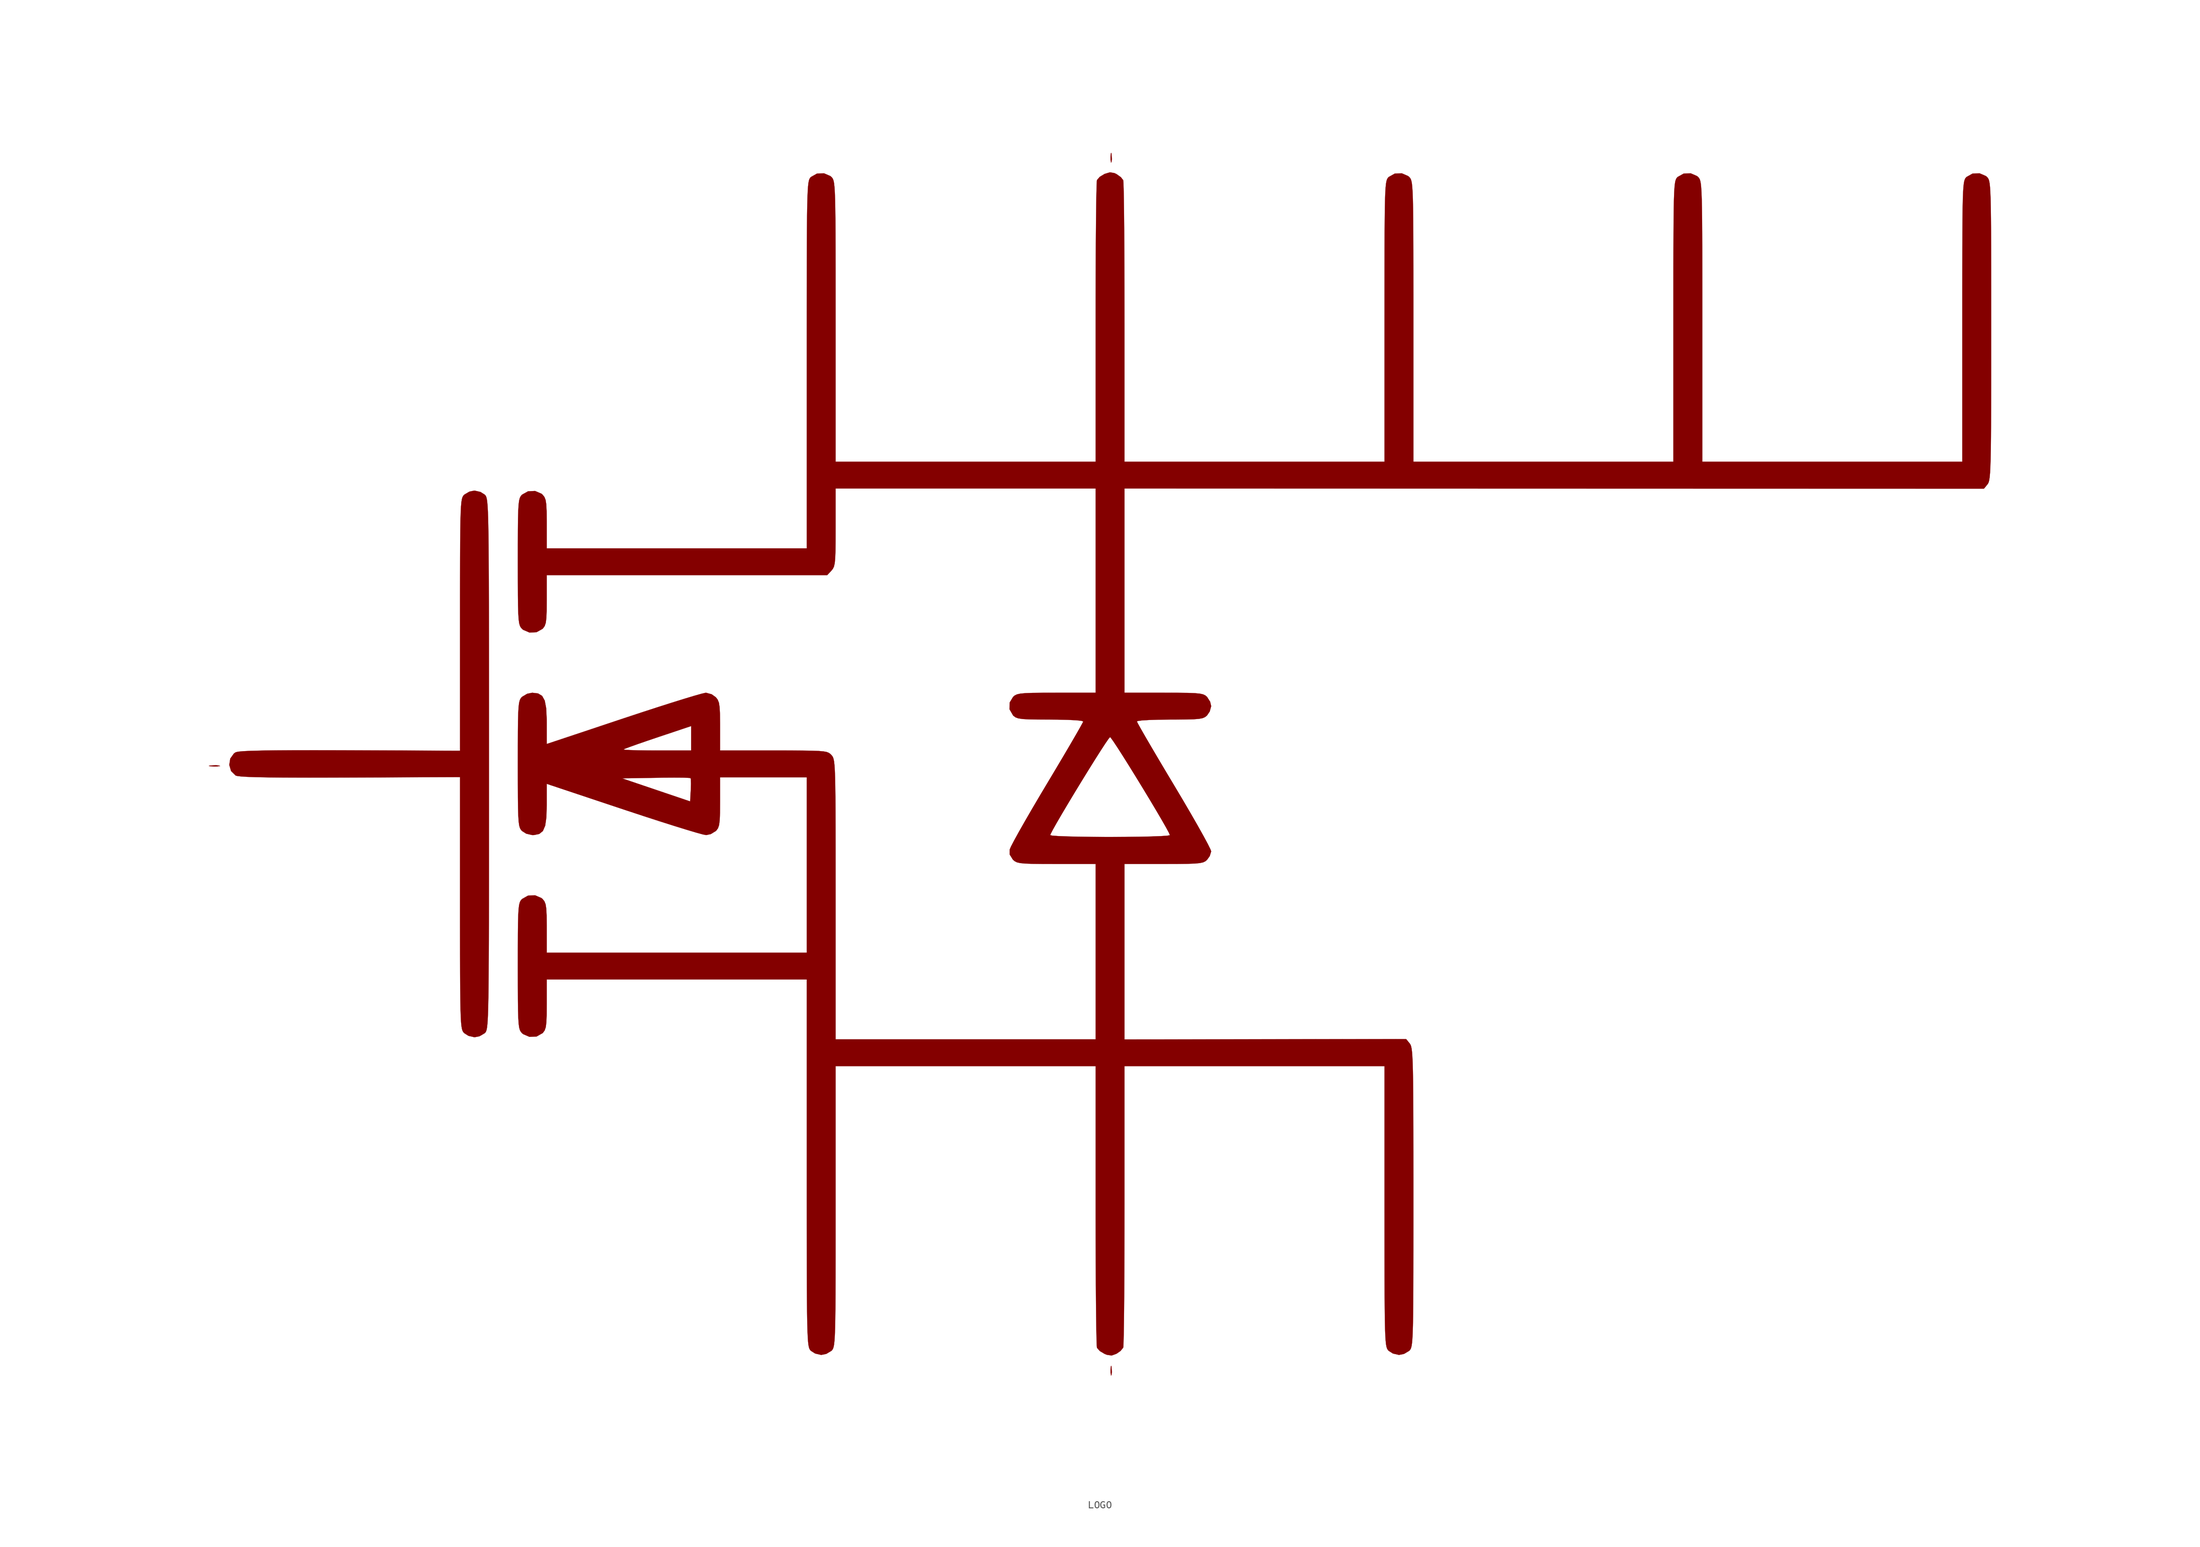
<source format=kicad_sym>
(kicad_symbol_lib
  (version 20220914)
  (generator bitmap2component)
  (symbol "LOGO"
    (pin_names
      (offset 1.016))
    (property "Reference" "#G"
      (at 0 94.21 0)
      (effects (font (size 1.27 1.27)) hide))
    (symbol "LOGO_0_0"
      (polyline (pts (xy 5.32 -80.999) (xy 5.369 -80.623) (xy 5.325 -79.919) (xy 5.29 -79.786) (xy 5.229 -79.865) (xy 5.202 -80.388) (xy 5.206 -80.675) (xy 5.247 -81.063) (xy 5.32 -80.999)) (stroke (width 0.01) (type default)) (fill (type outline)))
      (polyline (pts (xy 5.974 -78.211) (xy 6.506 -77.842) (xy 6.858 -77.404) (xy 6.872 -77.294) (xy 6.9 -76.695) (xy 6.926 -75.625) (xy 6.95 -74.129) (xy 6.971 -72.251) (xy 6.99 -70.039) (xy 7.005 -67.537) (xy 7.016 -64.791) (xy 7.023 -61.847) (xy 7.026 -58.749) (xy 7.026 -40.532) (xy 24.049 -40.532) (xy 41.072 -40.532) (xy 41.072 -58.906) (xy 41.073 -62.49) (xy 41.075 -65.588) (xy 41.079 -68.224) (xy 41.087 -70.436) (xy 41.099 -72.263) (xy 41.118 -73.744) (xy 41.144 -74.918) (xy 41.178 -75.825) (xy 41.221 -76.503) (xy 41.274 -76.99) (xy 41.339 -77.327) (xy 41.416 -77.552) (xy 41.507 -77.704) (xy 41.613 -77.821) (xy 42.17 -78.178) (xy 42.964 -78.362) (xy 43.633 -78.228) (xy 44.315 -77.821) (xy 44.364 -77.771) (xy 44.46 -77.646) (xy 44.543 -77.471) (xy 44.613 -77.208) (xy 44.672 -76.819) (xy 44.721 -76.267) (xy 44.76 -75.514) (xy 44.79 -74.521) (xy 44.814 -73.252) (xy 44.831 -71.669) (xy 44.842 -69.734) (xy 44.849 -67.409) (xy 44.853 -64.657) (xy 44.855 -61.44) (xy 44.855 -57.72) (xy 44.855 -55.103) (xy 44.853 -51.719) (xy 44.849 -48.812) (xy 44.841 -46.344) (xy 44.829 -44.278) (xy 44.812 -42.577) (xy 44.788 -41.203) (xy 44.758 -40.117) (xy 44.72 -39.283) (xy 44.673 -38.664) (xy 44.617 -38.221) (xy 44.55 -37.917) (xy 44.472 -37.714) (xy 44.382 -37.575) (xy 43.908 -36.99) (xy 25.467 -37.012) (xy 7.026 -37.033) (xy 7.026 -25.542) (xy 7.026 -14.051) (xy 12.16 -14.051) (xy 13.911 -14.048) (xy 15.26 -14.032) (xy 16.225 -13.997) (xy 16.886 -13.935) (xy 17.321 -13.839) (xy 17.611 -13.7) (xy 17.834 -13.511) (xy 18.19 -13.013) (xy 18.375 -12.404) (xy 18.28 -12.135) (xy 17.935 -11.436) (xy 17.367 -10.381) (xy 16.609 -9.025) (xy 15.692 -7.427) (xy 14.649 -5.643) (xy 13.511 -3.731) (xy 12.535 -2.1) (xy 11.479 -0.322) (xy 10.544 1.265) (xy 9.761 2.607) (xy 9.163 3.65) (xy 8.781 4.339) (xy 8.647 4.62) (xy 8.75 4.673) (xy 9.3 4.749) (xy 10.246 4.809) (xy 11.499 4.849) (xy 12.97 4.864) (xy 13.488 4.864) (xy 14.986 4.873) (xy 16.057 4.901) (xy 16.79 4.959) (xy 17.271 5.055) (xy 17.59 5.2) (xy 17.834 5.404) (xy 18.186 5.921) (xy 18.375 6.62) (xy 18.243 7.192) (xy 17.834 7.836) (xy 17.618 8.02) (xy 17.332 8.161) (xy 16.902 8.258) (xy 16.249 8.322) (xy 15.294 8.357) (xy 13.957 8.373) (xy 12.16 8.377) (xy 7.026 8.377) (xy 7.026 21.751) (xy 7.026 35.126) (xy 63.297 35.117) (xy 119.569 35.109) (xy 120.042 35.688) (xy 120.105 35.777) (xy 120.187 35.955) (xy 120.257 36.222) (xy 120.316 36.617) (xy 120.366 37.177) (xy 120.407 37.939) (xy 120.439 38.941) (xy 120.465 40.22) (xy 120.484 41.815) (xy 120.497 43.762) (xy 120.506 46.1) (xy 120.512 48.865) (xy 120.514 52.095) (xy 120.515 55.829) (xy 120.515 57.6) (xy 120.514 61.085) (xy 120.511 64.084) (xy 120.506 66.635) (xy 120.497 68.776) (xy 120.483 70.546) (xy 120.463 71.98) (xy 120.437 73.117) (xy 120.402 73.995) (xy 120.359 74.652) (xy 120.306 75.124) (xy 120.242 75.451) (xy 120.166 75.669) (xy 120.077 75.816) (xy 119.975 75.93) (xy 119.829 76.059) (xy 118.99 76.42) (xy 118.063 76.377) (xy 117.272 75.93) (xy 117.167 75.813) (xy 117.076 75.661) (xy 116.999 75.437) (xy 116.934 75.1) (xy 116.88 74.614) (xy 116.837 73.937) (xy 116.803 73.031) (xy 116.778 71.858) (xy 116.759 70.378) (xy 116.746 68.552) (xy 116.738 66.342) (xy 116.734 63.709) (xy 116.732 60.612) (xy 116.732 57.015) (xy 116.732 38.64) (xy 99.709 38.64) (xy 82.685 38.64) (xy 82.685 57.015) (xy 82.685 60.598) (xy 82.683 63.697) (xy 82.679 66.332) (xy 82.671 68.544) (xy 82.658 70.371) (xy 82.639 71.852) (xy 82.614 73.027) (xy 82.58 73.933) (xy 82.537 74.611) (xy 82.484 75.099) (xy 82.419 75.436) (xy 82.341 75.66) (xy 82.251 75.812) (xy 82.145 75.93) (xy 81.999 76.059) (xy 81.16 76.42) (xy 80.234 76.377) (xy 79.443 75.93) (xy 79.337 75.813) (xy 79.246 75.661) (xy 79.169 75.437) (xy 79.104 75.1) (xy 79.05 74.614) (xy 79.007 73.937) (xy 78.974 73.031) (xy 78.948 71.858) (xy 78.929 70.378) (xy 78.917 68.552) (xy 78.909 66.342) (xy 78.904 63.709) (xy 78.903 60.612) (xy 78.902 57.015) (xy 78.902 38.64) (xy 61.879 38.64) (xy 44.855 38.64) (xy 44.855 57.015) (xy 44.855 60.598) (xy 44.853 63.697) (xy 44.849 66.332) (xy 44.841 68.544) (xy 44.828 70.371) (xy 44.809 71.852) (xy 44.784 73.027) (xy 44.75 73.933) (xy 44.707 74.611) (xy 44.654 75.099) (xy 44.589 75.436) (xy 44.512 75.66) (xy 44.421 75.812) (xy 44.315 75.93) (xy 44.169 76.059) (xy 43.331 76.42) (xy 42.404 76.377) (xy 41.613 75.93) (xy 41.507 75.813) (xy 41.416 75.661) (xy 41.339 75.437) (xy 41.274 75.1) (xy 41.221 74.614) (xy 41.178 73.937) (xy 41.144 73.031) (xy 41.118 71.858) (xy 41.1 70.378) (xy 41.087 68.552) (xy 41.079 66.342) (xy 41.075 63.709) (xy 41.073 60.612) (xy 41.072 57.015) (xy 41.072 38.64) (xy 24.049 38.64) (xy 7.026 38.64) (xy 7.026 56.858) (xy 7.025 58.468) (xy 7.02 61.493) (xy 7.011 64.341) (xy 6.998 66.967) (xy 6.981 69.325) (xy 6.961 71.371) (xy 6.938 73.058) (xy 6.913 74.34) (xy 6.886 75.174) (xy 6.858 75.512) (xy 6.551 75.91) (xy 5.974 76.32) (xy 5.708 76.445) (xy 5.124 76.549) (xy 4.426 76.34) (xy 4.4 76.329) (xy 3.776 75.95) (xy 3.418 75.532) (xy 3.403 75.421) (xy 3.374 74.82) (xy 3.346 73.746) (xy 3.321 72.247) (xy 3.299 70.368) (xy 3.28 68.153) (xy 3.264 65.649) (xy 3.252 62.902) (xy 3.245 59.956) (xy 3.243 56.858) (xy 3.243 38.64) (xy -13.781 38.64) (xy -30.804 38.64) (xy -30.804 57.015) (xy -30.805 60.598) (xy -30.806 63.697) (xy -30.811 66.332) (xy -30.819 68.544) (xy -30.831 70.371) (xy -30.85 71.852) (xy -30.876 73.027) (xy -30.91 73.933) (xy -30.953 74.611) (xy -31.006 75.099) (xy -31.07 75.436) (xy -31.148 75.66) (xy -31.239 75.812) (xy -31.345 75.93) (xy -31.491 76.059) (xy -32.329 76.42) (xy -33.256 76.377) (xy -34.047 75.93) (xy -34.056 75.921) (xy -34.148 75.817) (xy -34.229 75.679) (xy -34.299 75.475) (xy -34.36 75.17) (xy -34.411 74.73) (xy -34.454 74.122) (xy -34.489 73.312) (xy -34.518 72.266) (xy -34.54 70.95) (xy -34.557 69.33) (xy -34.569 67.373) (xy -34.578 65.044) (xy -34.583 62.31) (xy -34.586 59.138) (xy -34.587 55.492) (xy -34.587 51.34) (xy -34.587 27.291) (xy -51.611 27.291) (xy -68.634 27.291) (xy -68.634 30.534) (xy -68.634 30.899) (xy -68.649 32.191) (xy -68.695 33.073) (xy -68.788 33.651) (xy -68.942 34.03) (xy -69.174 34.317) (xy -69.32 34.446) (xy -70.159 34.807) (xy -71.085 34.764) (xy -71.877 34.317) (xy -71.897 34.296) (xy -72.046 34.118) (xy -72.163 33.882) (xy -72.253 33.527) (xy -72.318 32.993) (xy -72.364 32.221) (xy -72.393 31.149) (xy -72.409 29.718) (xy -72.416 27.866) (xy -72.417 25.535) (xy -72.417 25.219) (xy -72.415 22.95) (xy -72.407 21.154) (xy -72.39 19.771) (xy -72.359 18.739) (xy -72.311 17.999) (xy -72.243 17.491) (xy -72.15 17.154) (xy -72.029 16.928) (xy -71.877 16.753) (xy -71.731 16.624) (xy -70.892 16.263) (xy -69.966 16.306) (xy -69.174 16.753) (xy -69.114 16.816) (xy -68.901 17.115) (xy -68.761 17.53) (xy -68.681 18.168) (xy -68.643 19.135) (xy -68.634 20.536) (xy -68.634 23.779) (xy -50.27 23.779) (xy -31.906 23.779) (xy -31.355 24.37) (xy -31.169 24.6) (xy -31.025 24.896) (xy -30.924 25.329) (xy -30.86 25.98) (xy -30.824 26.929) (xy -30.808 28.257) (xy -30.804 30.044) (xy -30.804 35.128) (xy -13.781 35.128) (xy 3.243 35.128) (xy 3.243 21.752) (xy 3.243 8.377) (xy -1.891 8.377) (xy -3.642 8.373) (xy -4.992 8.358) (xy -5.957 8.323) (xy -6.618 8.261) (xy -7.053 8.164) (xy -7.343 8.025) (xy -7.566 7.836) (xy -8.017 7.087) (xy -8.031 6.206) (xy -7.566 5.404) (xy -7.499 5.34) (xy -7.242 5.153) (xy -6.886 5.023) (xy -6.342 4.939) (xy -5.522 4.891) (xy -4.338 4.869) (xy -2.702 4.864) (xy -1.766 4.858) (xy -0.415 4.827) (xy 0.657 4.774) (xy 1.366 4.703) (xy 1.621 4.619) (xy 1.541 4.44) (xy 1.213 3.84) (xy 0.663 2.875) (xy -0.078 1.6) (xy -0.977 0.071) (xy -2.003 -1.658) (xy -3.123 -3.531) (xy -3.954 -4.923) (xy -5.024 -6.74) (xy -5.982 -8.393) (xy -6.794 -9.822) (xy -7.044 -10.277) (xy -2.702 -10.277) (xy -2.647 -10.122) (xy -2.354 -9.555) (xy -1.849 -8.658) (xy -1.177 -7.503) (xy -0.381 -6.162) (xy 0.494 -4.707) (xy 1.405 -3.212) (xy 2.306 -1.748) (xy 3.155 -0.387) (xy 3.906 0.796) (xy 4.516 1.732) (xy 4.94 2.346) (xy 5.134 2.567) (xy 5.229 2.476) (xy 5.574 1.996) (xy 6.122 1.169) (xy 6.827 0.067) (xy 7.645 -1.237) (xy 8.532 -2.672) (xy 9.445 -4.165) (xy 10.338 -5.642) (xy 11.168 -7.033) (xy 11.89 -8.264) (xy 12.461 -9.264) (xy 12.835 -9.959) (xy 12.97 -10.277) (xy 12.958 -10.291) (xy 12.591 -10.352) (xy 11.763 -10.405) (xy 10.538 -10.451) (xy 8.981 -10.486) (xy 7.159 -10.508) (xy 5.134 -10.516) (xy 4.686 -10.516) (xy 2.699 -10.505) (xy 0.928 -10.479) (xy -0.563 -10.442) (xy -1.708 -10.395) (xy -2.443 -10.339) (xy -2.702 -10.277) (xy -7.044 -10.277) (xy -7.426 -10.969) (xy -7.844 -11.773) (xy -8.015 -12.175) (xy -8.018 -12.801) (xy -7.594 -13.482) (xy -7.569 -13.507) (xy -7.341 -13.699) (xy -7.051 -13.84) (xy -6.621 -13.937) (xy -5.97 -13.999) (xy -5.018 -14.033) (xy -3.685 -14.048) (xy -1.891 -14.051) (xy 3.243 -14.051) (xy 3.243 -25.535) (xy 3.243 -37.019) (xy -13.781 -37.019) (xy -30.804 -37.019) (xy -30.804 -18.696) (xy -30.804 -18.471) (xy -30.805 -14.91) (xy -30.806 -11.848) (xy -30.811 -9.245) (xy -30.819 -7.064) (xy -30.832 -5.264) (xy -30.851 -3.806) (xy -30.877 -2.652) (xy -30.911 -1.762) (xy -30.955 -1.097) (xy -31.009 -0.619) (xy -31.076 -0.287) (xy -31.154 -0.062) (xy -31.247 0.093) (xy -31.355 0.219) (xy -31.47 0.337) (xy -31.668 0.491) (xy -31.943 0.607) (xy -32.362 0.69) (xy -32.99 0.748) (xy -33.894 0.783) (xy -35.139 0.802) (xy -36.793 0.809) (xy -38.921 0.811) (xy -45.936 0.811) (xy -45.936 4.002) (xy -45.936 4.295) (xy -45.95 5.598) (xy -45.996 6.49) (xy -46.09 7.079) (xy -46.249 7.475) (xy -46.487 7.785) (xy -47.036 8.177) (xy -47.775 8.377) (xy -47.826 8.372) (xy -48.347 8.252) (xy -49.307 7.981) (xy -50.644 7.578) (xy -52.3 7.062) (xy -54.213 6.451) (xy -56.324 5.764) (xy -58.573 5.02) (xy -68.634 1.664) (xy -68.634 4.48) (xy -68.636 4.911) (xy -68.705 6.351) (xy -68.893 7.345) (xy -69.236 7.966) (xy -69.768 8.286) (xy -70.525 8.377) (xy -71.195 8.243) (xy -71.877 7.836) (xy -71.897 7.815) (xy -72.046 7.637) (xy -72.163 7.401) (xy -72.253 7.046) (xy -72.318 6.512) (xy -72.364 5.74) (xy -72.393 4.668) (xy -72.409 3.237) (xy -72.416 1.386) (xy -72.416 0.952) (xy -58.584 0.952) (xy -58.4 1.038) (xy -57.772 1.277) (xy -56.785 1.629) (xy -55.525 2.065) (xy -54.081 2.554) (xy -49.719 4.014) (xy -49.719 2.412) (xy -49.719 0.811) (xy -54.223 0.811) (xy -55.364 0.815) (xy -56.682 0.834) (xy -57.715 0.865) (xy -58.377 0.906) (xy -58.584 0.952) (xy -72.416 0.952) (xy -72.417 -0.946) (xy -72.417 -1.262) (xy -72.416 -2.837) (xy -58.771 -2.837) (xy -54.342 -2.763) (xy -53.296 -2.748) (xy -51.935 -2.74) (xy -50.837 -2.747) (xy -50.096 -2.767) (xy -49.802 -2.8) (xy -49.764 -2.967) (xy -49.746 -3.55) (xy -49.772 -4.384) (xy -49.854 -5.857) (xy -54.313 -4.347) (xy -58.771 -2.837) (xy -72.416 -2.837) (xy -72.415 -3.53) (xy -72.407 -5.327) (xy -72.39 -6.71) (xy -72.359 -7.742) (xy -72.311 -8.482) (xy -72.243 -8.99) (xy -72.15 -9.327) (xy -72.029 -9.553) (xy -71.877 -9.728) (xy -71.319 -10.085) (xy -70.525 -10.268) (xy -70.316 -10.263) (xy -69.617 -10.123) (xy -69.135 -9.735) (xy -68.833 -9.029) (xy -68.678 -7.932) (xy -68.634 -6.371) (xy -68.634 -3.555) (xy -58.573 -6.912) (xy -58.057 -7.083) (xy -55.834 -7.816) (xy -53.761 -8.488) (xy -51.899 -9.079) (xy -50.308 -9.571) (xy -49.049 -9.946) (xy -48.181 -10.184) (xy -47.764 -10.268) (xy -47.151 -10.139) (xy -46.477 -9.728) (xy -46.416 -9.665) (xy -46.203 -9.366) (xy -46.063 -8.951) (xy -45.983 -8.313) (xy -45.945 -7.346) (xy -45.936 -5.945) (xy -45.936 -2.702) (xy -40.262 -2.702) (xy -34.587 -2.702) (xy -34.587 -14.186) (xy -34.587 -25.67) (xy -51.611 -25.67) (xy -68.634 -25.67) (xy -68.634 -22.428) (xy -68.634 -22.063) (xy -68.649 -20.771) (xy -68.695 -19.889) (xy -68.788 -19.311) (xy -68.942 -18.931) (xy -69.174 -18.645) (xy -69.32 -18.516) (xy -70.159 -18.155) (xy -71.085 -18.198) (xy -71.877 -18.645) (xy -71.897 -18.666) (xy -72.046 -18.844) (xy -72.163 -19.08) (xy -72.253 -19.435) (xy -72.318 -19.968) (xy -72.364 -20.741) (xy -72.393 -21.813) (xy -72.409 -23.244) (xy -72.416 -25.095) (xy -72.417 -27.427) (xy -72.417 -27.743) (xy -72.415 -30.011) (xy -72.407 -31.807) (xy -72.39 -33.191) (xy -72.359 -34.223) (xy -72.311 -34.962) (xy -72.243 -35.471) (xy -72.15 -35.807) (xy -72.029 -36.033) (xy -71.877 -36.209) (xy -71.731 -36.337) (xy -70.892 -36.698) (xy -69.966 -36.655) (xy -69.174 -36.209) (xy -69.114 -36.146) (xy -68.901 -35.847) (xy -68.761 -35.432) (xy -68.681 -34.794) (xy -68.643 -33.827) (xy -68.634 -32.426) (xy -68.634 -29.183) (xy -51.611 -29.183) (xy -34.587 -29.183) (xy -34.587 -53.232) (xy -34.587 -53.63) (xy -34.587 -57.735) (xy -34.586 -61.336) (xy -34.583 -64.468) (xy -34.577 -67.163) (xy -34.569 -69.457) (xy -34.556 -71.382) (xy -34.538 -72.972) (xy -34.516 -74.263) (xy -34.486 -75.286) (xy -34.45 -76.077) (xy -34.407 -76.668) (xy -34.355 -77.094) (xy -34.293 -77.388) (xy -34.222 -77.585) (xy -34.14 -77.718) (xy -34.047 -77.821) (xy -33.489 -78.178) (xy -32.696 -78.362) (xy -32.026 -78.228) (xy -31.345 -77.821) (xy -31.239 -77.704) (xy -31.148 -77.553) (xy -31.071 -77.328) (xy -31.006 -76.992) (xy -30.953 -76.505) (xy -30.91 -75.828) (xy -30.876 -74.923) (xy -30.85 -73.749) (xy -30.831 -72.269) (xy -30.819 -70.444) (xy -30.811 -68.234) (xy -30.806 -65.6) (xy -30.805 -62.504) (xy -30.804 -58.906) (xy -30.804 -40.532) (xy -13.781 -40.532) (xy 3.243 -40.532) (xy 3.243 -58.749) (xy 3.243 -60.356) (xy 3.248 -63.382) (xy 3.258 -66.232) (xy 3.272 -68.86) (xy 3.289 -71.221) (xy 3.31 -73.269) (xy 3.334 -74.959) (xy 3.36 -76.245) (xy 3.388 -77.082) (xy 3.418 -77.424) (xy 3.424 -77.438) (xy 3.797 -77.858) (xy 4.426 -78.231) (xy 4.732 -78.35) (xy 5.346 -78.438) (xy 5.974 -78.211)) (stroke (width 0.01) (type default)) (fill (type outline)))
      (polyline (pts (xy -77.422 -36.615) (xy -76.74 -36.209) (xy -76.706 -36.173) (xy -76.631 -36.08) (xy -76.564 -35.949) (xy -76.504 -35.754) (xy -76.451 -35.465) (xy -76.405 -35.055) (xy -76.364 -34.496) (xy -76.33 -33.76) (xy -76.3 -32.819) (xy -76.276 -31.645) (xy -76.256 -30.21) (xy -76.239 -28.487) (xy -76.227 -26.446) (xy -76.217 -24.061) (xy -76.21 -21.303) (xy -76.205 -18.145) (xy -76.202 -14.558) (xy -76.201 -10.514) (xy -76.2 -5.986) (xy -76.2 -0.946) (xy -76.2 1.275) (xy -76.2 6.093) (xy -76.201 10.41) (xy -76.203 14.255) (xy -76.207 17.655) (xy -76.213 20.639) (xy -76.221 23.234) (xy -76.232 25.468) (xy -76.246 27.37) (xy -76.264 28.966) (xy -76.286 30.286) (xy -76.312 31.357) (xy -76.344 32.207) (xy -76.381 32.863) (xy -76.424 33.355) (xy -76.473 33.71) (xy -76.529 33.956) (xy -76.591 34.12) (xy -76.662 34.231) (xy -76.74 34.317) (xy -77.298 34.674) (xy -78.091 34.857) (xy -78.761 34.724) (xy -79.443 34.317) (xy -79.47 34.289) (xy -79.577 34.161) (xy -79.668 33.987) (xy -79.745 33.726) (xy -79.808 33.337) (xy -79.858 32.78) (xy -79.898 32.012) (xy -79.929 30.992) (xy -79.951 29.679) (xy -79.966 28.032) (xy -79.975 26.01) (xy -79.98 23.571) (xy -79.983 20.674) (xy -79.983 17.278) (xy -79.983 0.78) (xy -94.38 0.837) (xy -95.79 0.842) (xy -99.058 0.848) (xy -101.823 0.844) (xy -104.112 0.829) (xy -105.952 0.804) (xy -107.369 0.767) (xy -108.391 0.718) (xy -109.046 0.656) (xy -109.358 0.582) (xy -109.591 0.428) (xy -110.076 -0.248) (xy -110.203 -1.08) (xy -109.969 -1.881) (xy -109.373 -2.466) (xy -109.21 -2.517) (xy -108.714 -2.583) (xy -107.891 -2.638) (xy -106.71 -2.68) (xy -105.142 -2.71) (xy -103.155 -2.73) (xy -100.72 -2.739) (xy -97.805 -2.738) (xy -94.38 -2.728) (xy -79.983 -2.671) (xy -79.983 -19.17) (xy -79.983 -19.998) (xy -79.982 -23.276) (xy -79.98 -26.063) (xy -79.974 -28.403) (xy -79.963 -30.335) (xy -79.946 -31.901) (xy -79.922 -33.143) (xy -79.89 -34.101) (xy -79.848 -34.817) (xy -79.794 -35.332) (xy -79.728 -35.687) (xy -79.649 -35.925) (xy -79.554 -36.084) (xy -79.443 -36.209) (xy -78.885 -36.566) (xy -78.091 -36.749) (xy -77.422 -36.615)) (stroke (width 0.01) (type default)) (fill (type outline)))
      (polyline (pts (xy -111.742 -1.27) (xy -111.402 -1.227) (xy -111.53 -1.16) (xy -111.959 -1.116) (xy -112.746 -1.16) (xy -112.883 -1.202) (xy -112.723 -1.256) (xy -112.138 -1.278) (xy -111.742 -1.27)) (stroke (width 0.01) (type default)) (fill (type outline)))
      (polyline (pts (xy 5.32 77.886) (xy 5.369 78.262) (xy 5.325 78.966) (xy 5.29 79.1) (xy 5.229 79.02) (xy 5.202 78.497) (xy 5.206 78.21) (xy 5.247 77.823) (xy 5.32 77.886)) (stroke (width 0.01) (type default)) (fill (type outline))))))
</source>
